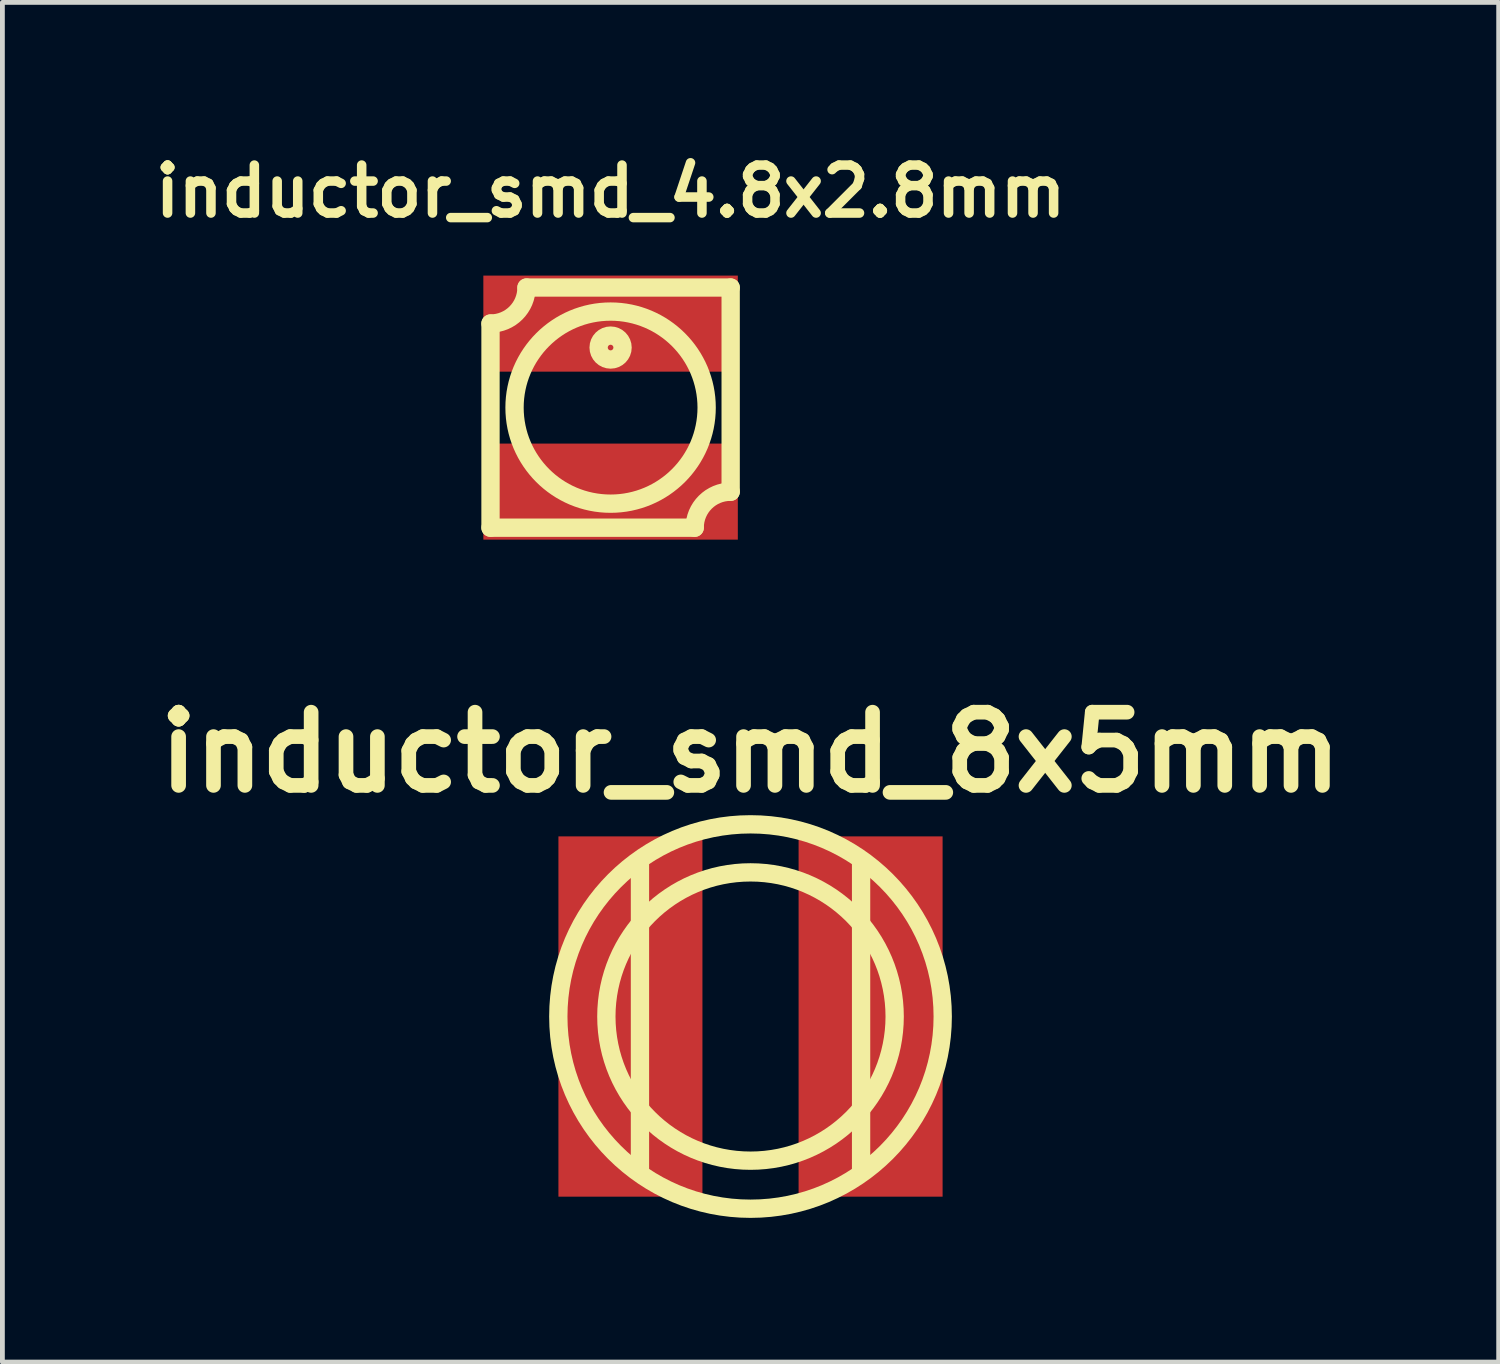
<source format=kicad_pcb>
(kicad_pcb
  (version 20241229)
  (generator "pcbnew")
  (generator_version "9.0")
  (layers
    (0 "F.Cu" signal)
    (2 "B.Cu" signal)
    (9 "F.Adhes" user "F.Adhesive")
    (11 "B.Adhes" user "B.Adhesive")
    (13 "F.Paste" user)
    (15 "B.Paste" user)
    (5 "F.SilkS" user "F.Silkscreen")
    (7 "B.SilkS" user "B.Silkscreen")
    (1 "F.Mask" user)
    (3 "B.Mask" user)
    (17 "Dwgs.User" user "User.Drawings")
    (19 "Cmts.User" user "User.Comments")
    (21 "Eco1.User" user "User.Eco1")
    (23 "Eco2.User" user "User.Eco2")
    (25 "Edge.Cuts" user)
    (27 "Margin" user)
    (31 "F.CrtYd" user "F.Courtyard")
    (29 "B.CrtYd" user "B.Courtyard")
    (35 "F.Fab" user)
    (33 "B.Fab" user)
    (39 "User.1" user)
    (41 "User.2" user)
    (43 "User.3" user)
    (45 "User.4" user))
  (footprint "inductor_smd_4.8x2.8mm"
    (layer "F.Cu")
    (at 9.657 5.433)
    (property "Reference" "inductor_smd_4.8x2.8mm" (at 0 -4.501 0) (layer "F.SilkS") (effects (font (size 0.998 0.998) (thickness 0.198))))
    (attr through_hole)
    (fp_line (start -2.499 2.499) (end -2.499 -1.75) (stroke (width 0.381) (type solid)) (layer "F.SilkS"))
    (fp_line (start -1.75 -2.499) (end 2.499 -2.499) (stroke (width 0.381) (type solid)) (layer "F.SilkS"))
    (fp_line (start 1.75 2.499) (end -2.499 2.499) (stroke (width 0.381) (type solid)) (layer "F.SilkS"))
    (fp_line (start 2.499 -2.499) (end 2.499 1.75) (stroke (width 0.381) (type solid)) (layer "F.SilkS"))
    (fp_arc (start -1.75006 -2.49936) (mid -1.969525 -1.969525) (end -2.49936 -1.75006) (stroke (width 0.381) (type solid)) (layer "F.SilkS"))
    (fp_arc (start 1.75006 2.49936) (mid 1.969525 1.969525) (end 2.49936 1.75006) (stroke (width 0.381) (type solid)) (layer "F.SilkS"))
    (fp_circle (center 0 -1.25) (end 0 -1.001) (stroke (width 0.381) (type solid)) (fill no) (layer "F.SilkS"))
    (fp_circle (center 0 0) (end -1.999 0) (stroke (width 0.381) (type solid)) (fill no) (layer "F.SilkS"))
    (pad "1" smd rect (at 0 -1.748) (size 5.296 1.999) (layers "F.Cu" "F.Mask" "F.Paste"))
    (pad "2" smd rect (at 0 1.748) (size 5.296 1.999) (layers "F.Cu" "F.Mask" "F.Paste")))
  (footprint "inductor_smd_8x5mm"
    (layer "F.Cu")
    (at 12.569 18.105)
    (property "Reference" "inductor_smd_8x5mm" (at 0 -5.499 0) (layer "F.SilkS") (effects (font (size 1.524 1.524) (thickness 0.305))))
    (attr through_hole)
    (fp_line (start -2.301 -3.2) (end -2.301 3.2) (stroke (width 0.381) (type solid)) (layer "F.SilkS"))
    (fp_line (start 2.301 3.2) (end 2.301 -3.2) (stroke (width 0.381) (type solid)) (layer "F.SilkS"))
    (fp_circle (center 0 0) (end -4 0) (stroke (width 0.381) (type solid)) (fill no) (layer "F.SilkS"))
    (fp_circle (center 0 0) (end -3 0) (stroke (width 0.381) (type solid)) (fill no) (layer "F.SilkS"))
    (pad "1" smd rect (at -2.499 0) (size 2.997 7.498) (layers "F.Cu" "F.Mask" "F.Paste"))
    (pad "2" smd rect (at 2.499 0) (size 2.997 7.498) (layers "F.Cu" "F.Mask" "F.Paste")))
  (gr_rect
    (start -3 -3)
    (end 28.139 25.296)
    (stroke (width 0.1) (type default))
    (fill no)
    (layer "Edge.Cuts")))
</source>
